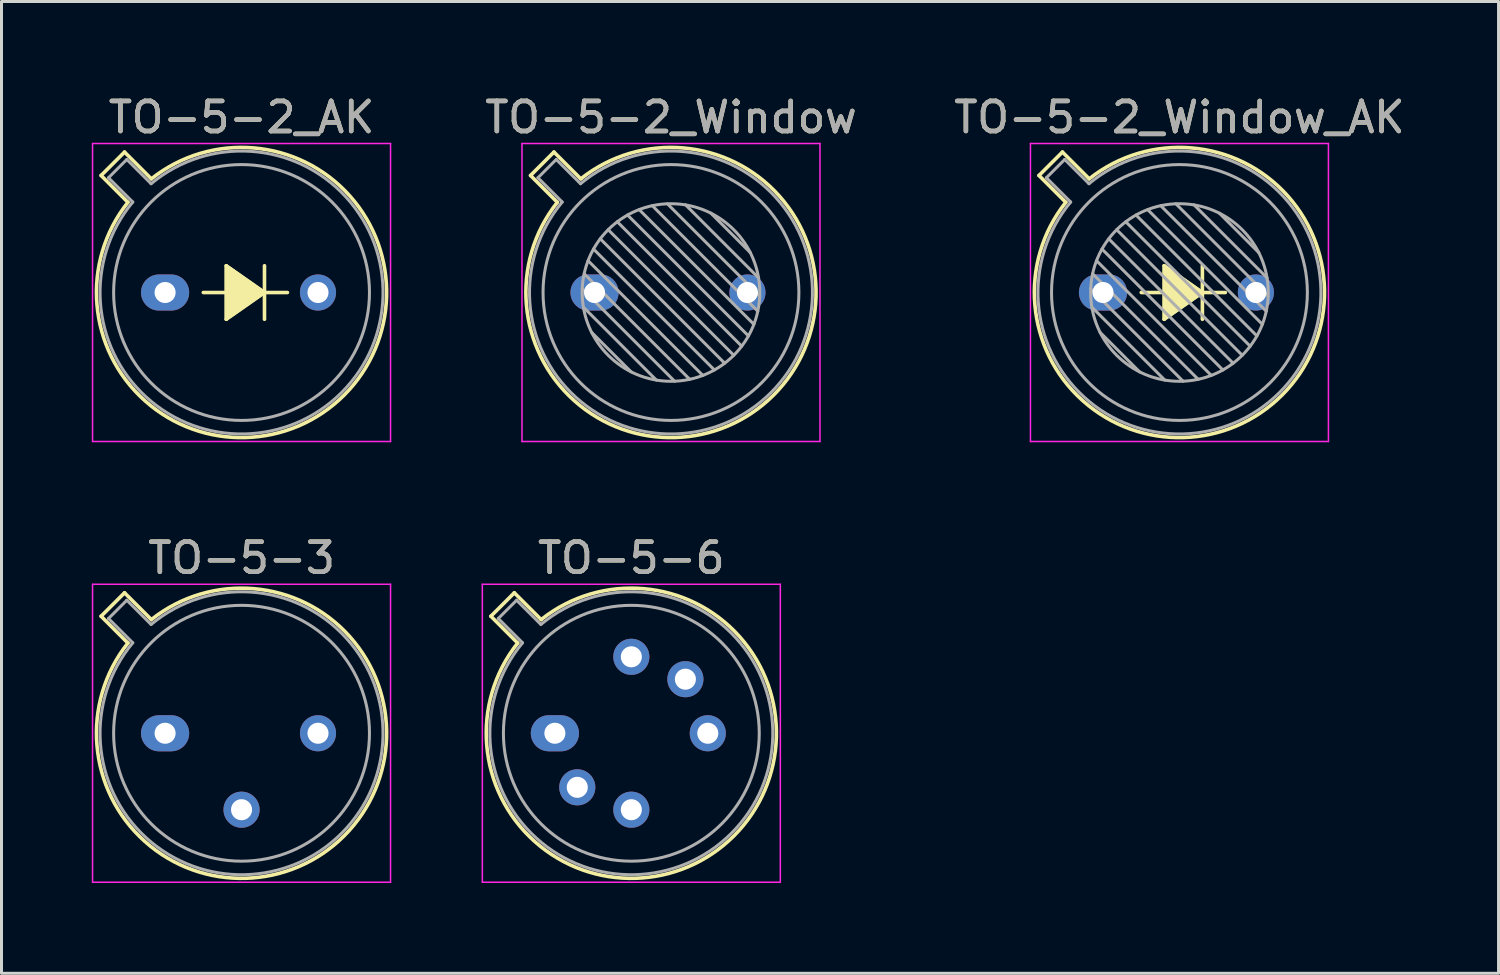
<source format=kicad_pcb>
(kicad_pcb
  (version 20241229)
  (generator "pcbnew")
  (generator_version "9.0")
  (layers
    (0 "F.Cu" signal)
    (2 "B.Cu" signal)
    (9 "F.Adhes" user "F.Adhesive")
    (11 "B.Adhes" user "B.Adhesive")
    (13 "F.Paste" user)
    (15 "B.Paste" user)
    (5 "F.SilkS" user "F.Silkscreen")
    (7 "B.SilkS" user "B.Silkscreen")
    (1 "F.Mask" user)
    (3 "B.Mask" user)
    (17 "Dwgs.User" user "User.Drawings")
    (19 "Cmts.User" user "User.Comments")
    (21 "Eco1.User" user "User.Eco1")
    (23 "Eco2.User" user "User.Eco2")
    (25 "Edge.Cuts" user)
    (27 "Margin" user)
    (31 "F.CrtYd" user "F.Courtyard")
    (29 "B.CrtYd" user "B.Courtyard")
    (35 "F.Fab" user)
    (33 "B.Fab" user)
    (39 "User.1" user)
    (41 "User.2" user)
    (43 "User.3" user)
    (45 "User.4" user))
  (footprint "TO-5-2_AK"
    (layer "F.Cu")
    (at 2.435 6.668)
    (property "Reference" "TO-5-2_AK" (at 2.54 -5.82 0) (layer "F.SilkS") (effects (font (size 1 1) (thickness 0.15))))
    (attr through_hole)
    (fp_line (start -2.126 -3.888) (end -1.235 -2.997) (stroke (width 0.12) (type solid)) (layer "F.SilkS"))
    (fp_line (start -1.348 -4.666) (end -2.126 -3.888) (stroke (width 0.12) (type solid)) (layer "F.SilkS"))
    (fp_line (start -0.457 -3.775) (end -1.348 -4.666) (stroke (width 0.12) (type solid)) (layer "F.SilkS"))
    (fp_line (start 1.27 0) (end 2.032 0) (stroke (width 0.12) (type solid)) (layer "F.SilkS"))
    (fp_line (start 2.032 -0.889) (end 3.302 0) (stroke (width 0.12) (type solid)) (layer "F.SilkS"))
    (fp_line (start 2.032 0.889) (end 2.032 -0.889) (stroke (width 0.12) (type solid)) (layer "F.SilkS"))
    (fp_line (start 3.302 -0.889) (end 3.302 0.889) (stroke (width 0.12) (type solid)) (layer "F.SilkS"))
    (fp_line (start 3.302 0) (end 2.032 0.889) (stroke (width 0.12) (type solid)) (layer "F.SilkS"))
    (fp_line (start 3.302 0) (end 4.064 0) (stroke (width 0.12) (type solid)) (layer "F.SilkS"))
    (fp_arc (start -0.457084 -3.774902) (mid 5.948125 3.408384) (end -1.234674 -2.997371) (stroke (width 0.12) (type solid)) (layer "F.SilkS"))
    (fp_poly (pts (xy 3.302 0) (xy 2.032 0.889) (xy 2.032 -0.889)) (stroke (width 0.1) (type solid)) (fill yes) (layer "F.SilkS"))
    (fp_line (start -2.41 -4.95) (end -2.41 4.95) (stroke (width 0.05) (type solid)) (layer "F.CrtYd"))
    (fp_line (start -2.41 4.95) (end 7.49 4.95) (stroke (width 0.05) (type solid)) (layer "F.CrtYd"))
    (fp_line (start 7.49 -4.95) (end -2.41 -4.95) (stroke (width 0.05) (type solid)) (layer "F.CrtYd"))
    (fp_line (start 7.49 4.95) (end 7.49 -4.95) (stroke (width 0.05) (type solid)) (layer "F.CrtYd"))
    (fp_line (start -1.88 -3.812) (end -1.074 -3.005) (stroke (width 0.1) (type solid)) (layer "F.Fab"))
    (fp_line (start -1.272 -4.42) (end -1.88 -3.812) (stroke (width 0.1) (type solid)) (layer "F.Fab"))
    (fp_line (start -0.465 -3.614) (end -1.272 -4.42) (stroke (width 0.1) (type solid)) (layer "F.Fab"))
    (fp_arc (start -0.465408 -3.61352) (mid 5.863443 3.323361) (end -1.073594 -3.005319) (stroke (width 0.1) (type solid)) (layer "F.Fab"))
    (fp_circle (center 2.54 0) (end 6.79 0) (stroke (width 0.1) (type solid)) (fill no) (layer "F.Fab"))
    (fp_text user "${REFERENCE}" (at 2.54 -5.82 0) (layer "F.Fab") (effects (font (size 1 1) (thickness 0.15))))
    (pad "1" thru_hole oval (at 0 0) (size 1.6 1.2) (drill 0.7) (layers "*.Cu" "*.Mask"))
    (pad "2" thru_hole oval (at 5.08 0) (size 1.2 1.2) (drill 0.7) (layers "*.Cu" "*.Mask")))
  (footprint "TO-5-6"
    (layer "F.Cu")
    (at 15.385 21.311)
    (property "Reference" "TO-5-6" (at 2.54 -5.82 0) (layer "F.SilkS") (effects (font (size 1 1) (thickness 0.15))))
    (attr through_hole)
    (fp_line (start -2.126 -3.888) (end -1.235 -2.997) (stroke (width 0.12) (type solid)) (layer "F.SilkS"))
    (fp_line (start -1.348 -4.666) (end -2.126 -3.888) (stroke (width 0.12) (type solid)) (layer "F.SilkS"))
    (fp_line (start -0.457 -3.775) (end -1.348 -4.666) (stroke (width 0.12) (type solid)) (layer "F.SilkS"))
    (fp_arc (start -0.457084 -3.774902) (mid 5.948125 3.408384) (end -1.234674 -2.997371) (stroke (width 0.12) (type solid)) (layer "F.SilkS"))
    (fp_line (start -2.41 -4.95) (end -2.41 4.95) (stroke (width 0.05) (type solid)) (layer "F.CrtYd"))
    (fp_line (start -2.41 4.95) (end 7.49 4.95) (stroke (width 0.05) (type solid)) (layer "F.CrtYd"))
    (fp_line (start 7.49 -4.95) (end -2.41 -4.95) (stroke (width 0.05) (type solid)) (layer "F.CrtYd"))
    (fp_line (start 7.49 4.95) (end 7.49 -4.95) (stroke (width 0.05) (type solid)) (layer "F.CrtYd"))
    (fp_line (start -1.88 -3.812) (end -1.074 -3.005) (stroke (width 0.1) (type solid)) (layer "F.Fab"))
    (fp_line (start -1.272 -4.42) (end -1.88 -3.812) (stroke (width 0.1) (type solid)) (layer "F.Fab"))
    (fp_line (start -0.465 -3.614) (end -1.272 -4.42) (stroke (width 0.1) (type solid)) (layer "F.Fab"))
    (fp_arc (start -0.465408 -3.61352) (mid 5.863443 3.323361) (end -1.073594 -3.005319) (stroke (width 0.1) (type solid)) (layer "F.Fab"))
    (fp_circle (center 2.54 0) (end 6.79 0) (stroke (width 0.1) (type solid)) (fill no) (layer "F.Fab"))
    (fp_text user "${REFERENCE}" (at 2.54 -5.82 0) (layer "F.Fab") (effects (font (size 1 1) (thickness 0.15))))
    (pad "1" thru_hole oval (at 0 0) (size 1.6 1.2) (drill 0.7) (layers "*.Cu" "*.Mask"))
    (pad "2" thru_hole oval (at 0.744 1.796) (size 1.2 1.2) (drill 0.7) (layers "*.Cu" "*.Mask"))
    (pad "3" thru_hole oval (at 2.54 2.54) (size 1.2 1.2) (drill 0.7) (layers "*.Cu" "*.Mask"))
    (pad "4" thru_hole oval (at 5.08 0) (size 1.2 1.2) (drill 0.7) (layers "*.Cu" "*.Mask"))
    (pad "5" thru_hole oval (at 4.336 -1.796) (size 1.2 1.2) (drill 0.7) (layers "*.Cu" "*.Mask"))
    (pad "6" thru_hole oval (at 2.54 -2.54) (size 1.2 1.2) (drill 0.7) (layers "*.Cu" "*.Mask")))
  (footprint "TO-5-3"
    (layer "F.Cu")
    (at 2.435 21.311)
    (property "Reference" "TO-5-3" (at 2.54 -5.82 0) (layer "F.SilkS") (effects (font (size 1 1) (thickness 0.15))))
    (attr through_hole)
    (fp_line (start -2.126 -3.888) (end -1.235 -2.997) (stroke (width 0.12) (type solid)) (layer "F.SilkS"))
    (fp_line (start -1.348 -4.666) (end -2.126 -3.888) (stroke (width 0.12) (type solid)) (layer "F.SilkS"))
    (fp_line (start -0.457 -3.775) (end -1.348 -4.666) (stroke (width 0.12) (type solid)) (layer "F.SilkS"))
    (fp_arc (start -0.457084 -3.774902) (mid 5.948125 3.408384) (end -1.234674 -2.997371) (stroke (width 0.12) (type solid)) (layer "F.SilkS"))
    (fp_line (start -2.41 -4.95) (end -2.41 4.95) (stroke (width 0.05) (type solid)) (layer "F.CrtYd"))
    (fp_line (start -2.41 4.95) (end 7.49 4.95) (stroke (width 0.05) (type solid)) (layer "F.CrtYd"))
    (fp_line (start 7.49 -4.95) (end -2.41 -4.95) (stroke (width 0.05) (type solid)) (layer "F.CrtYd"))
    (fp_line (start 7.49 4.95) (end 7.49 -4.95) (stroke (width 0.05) (type solid)) (layer "F.CrtYd"))
    (fp_line (start -1.88 -3.812) (end -1.074 -3.005) (stroke (width 0.1) (type solid)) (layer "F.Fab"))
    (fp_line (start -1.272 -4.42) (end -1.88 -3.812) (stroke (width 0.1) (type solid)) (layer "F.Fab"))
    (fp_line (start -0.465 -3.614) (end -1.272 -4.42) (stroke (width 0.1) (type solid)) (layer "F.Fab"))
    (fp_arc (start -0.465408 -3.61352) (mid 5.863443 3.323361) (end -1.073594 -3.005319) (stroke (width 0.1) (type solid)) (layer "F.Fab"))
    (fp_circle (center 2.54 0) (end 6.79 0) (stroke (width 0.1) (type solid)) (fill no) (layer "F.Fab"))
    (fp_text user "${REFERENCE}" (at 2.54 -5.82 0) (layer "F.Fab") (effects (font (size 1 1) (thickness 0.15))))
    (pad "1" thru_hole oval (at 0 0) (size 1.6 1.2) (drill 0.7) (layers "*.Cu" "*.Mask"))
    (pad "2" thru_hole oval (at 2.54 2.54) (size 1.2 1.2) (drill 0.7) (layers "*.Cu" "*.Mask"))
    (pad "3" thru_hole oval (at 5.08 0) (size 1.2 1.2) (drill 0.7) (layers "*.Cu" "*.Mask")))
  (footprint "TO-5-2_Window_AK"
    (layer "F.Cu")
    (at 33.595 6.668)
    (property "Reference" "TO-5-2_Window_AK" (at 2.54 -5.82 0) (layer "F.SilkS") (effects (font (size 1 1) (thickness 0.15))))
    (attr through_hole)
    (fp_line (start -2.126 -3.888) (end -1.235 -2.997) (stroke (width 0.12) (type solid)) (layer "F.SilkS"))
    (fp_line (start -1.348 -4.666) (end -2.126 -3.888) (stroke (width 0.12) (type solid)) (layer "F.SilkS"))
    (fp_line (start -0.457 -3.775) (end -1.348 -4.666) (stroke (width 0.12) (type solid)) (layer "F.SilkS"))
    (fp_line (start 1.27 0) (end 2.032 0) (stroke (width 0.12) (type solid)) (layer "F.SilkS"))
    (fp_line (start 2.032 -0.889) (end 3.302 0) (stroke (width 0.12) (type solid)) (layer "F.SilkS"))
    (fp_line (start 2.032 0.889) (end 2.032 -0.889) (stroke (width 0.12) (type solid)) (layer "F.SilkS"))
    (fp_line (start 3.302 -0.889) (end 3.302 0.889) (stroke (width 0.12) (type solid)) (layer "F.SilkS"))
    (fp_line (start 3.302 0) (end 2.032 0.889) (stroke (width 0.12) (type solid)) (layer "F.SilkS"))
    (fp_line (start 3.302 0) (end 4.064 0) (stroke (width 0.12) (type solid)) (layer "F.SilkS"))
    (fp_arc (start -0.457084 -3.774902) (mid 5.948125 3.408384) (end -1.234674 -2.997371) (stroke (width 0.12) (type solid)) (layer "F.SilkS"))
    (fp_poly (pts (xy 3.302 0) (xy 2.032 0.889) (xy 2.032 -0.889)) (stroke (width 0.1) (type solid)) (fill yes) (layer "F.SilkS"))
    (fp_line (start -2.41 -4.95) (end -2.41 4.95) (stroke (width 0.05) (type solid)) (layer "F.CrtYd"))
    (fp_line (start -2.41 4.95) (end 7.49 4.95) (stroke (width 0.05) (type solid)) (layer "F.CrtYd"))
    (fp_line (start 7.49 -4.95) (end -2.41 -4.95) (stroke (width 0.05) (type solid)) (layer "F.CrtYd"))
    (fp_line (start 7.49 4.95) (end 7.49 -4.95) (stroke (width 0.05) (type solid)) (layer "F.CrtYd"))
    (fp_line (start -1.88 -3.812) (end -1.074 -3.005) (stroke (width 0.1) (type solid)) (layer "F.Fab"))
    (fp_line (start -1.272 -4.42) (end -1.88 -3.812) (stroke (width 0.1) (type solid)) (layer "F.Fab"))
    (fp_line (start -0.465 -3.614) (end -1.272 -4.42) (stroke (width 0.1) (type solid)) (layer "F.Fab"))
    (fp_line (start -0.408 -0.12) (end 2.66 2.948) (stroke (width 0.1) (type solid)) (layer "F.Fab"))
    (fp_line (start -0.371 0.485) (end 2.055 2.911) (stroke (width 0.1) (type solid)) (layer "F.Fab"))
    (fp_line (start -0.344 -0.622) (end 3.162 2.884) (stroke (width 0.1) (type solid)) (layer "F.Fab"))
    (fp_line (start -0.215 -1.058) (end 3.598 2.755) (stroke (width 0.1) (type solid)) (layer "F.Fab"))
    (fp_line (start -0.097 1.324) (end 1.216 2.637) (stroke (width 0.1) (type solid)) (layer "F.Fab"))
    (fp_line (start -0.034 -1.443) (end 3.983 2.574) (stroke (width 0.1) (type solid)) (layer "F.Fab"))
    (fp_line (start 0.19 -1.784) (end 4.324 2.35) (stroke (width 0.1) (type solid)) (layer "F.Fab"))
    (fp_line (start 0.454 -2.086) (end 4.626 2.086) (stroke (width 0.1) (type solid)) (layer "F.Fab"))
    (fp_line (start 0.756 -2.35) (end 4.89 1.784) (stroke (width 0.1) (type solid)) (layer "F.Fab"))
    (fp_line (start 1.097 -2.574) (end 5.114 1.443) (stroke (width 0.1) (type solid)) (layer "F.Fab"))
    (fp_line (start 1.482 -2.755) (end 5.295 1.058) (stroke (width 0.1) (type solid)) (layer "F.Fab"))
    (fp_line (start 1.918 -2.884) (end 5.424 0.622) (stroke (width 0.1) (type solid)) (layer "F.Fab"))
    (fp_line (start 2.42 -2.948) (end 5.488 0.12) (stroke (width 0.1) (type solid)) (layer "F.Fab"))
    (fp_line (start 3.025 -2.911) (end 5.451 -0.485) (stroke (width 0.1) (type solid)) (layer "F.Fab"))
    (fp_line (start 3.864 -2.637) (end 5.177 -1.324) (stroke (width 0.1) (type solid)) (layer "F.Fab"))
    (fp_arc (start -0.465408 -3.61352) (mid 5.863443 3.323361) (end -1.073594 -3.005319) (stroke (width 0.1) (type solid)) (layer "F.Fab"))
    (fp_circle (center 2.54 0) (end 5.49 0) (stroke (width 0.1) (type solid)) (fill no) (layer "F.Fab"))
    (fp_circle (center 2.54 0) (end 6.79 0) (stroke (width 0.1) (type solid)) (fill no) (layer "F.Fab"))
    (fp_text user "${REFERENCE}" (at 2.54 -5.82 0) (layer "F.Fab") (effects (font (size 1 1) (thickness 0.15))))
    (pad "1" thru_hole oval (at 0 0) (size 1.6 1.2) (drill 0.7) (layers "*.Cu" "*.Mask"))
    (pad "2" thru_hole oval (at 5.08 0) (size 1.2 1.2) (drill 0.7) (layers "*.Cu" "*.Mask")))
  (footprint "TO-5-2_Window"
    (layer "F.Cu")
    (at 16.702 6.668)
    (property "Reference" "TO-5-2_Window" (at 2.54 -5.82 0) (layer "F.SilkS") (effects (font (size 1 1) (thickness 0.15))))
    (attr through_hole)
    (fp_line (start -2.126 -3.888) (end -1.235 -2.997) (stroke (width 0.12) (type solid)) (layer "F.SilkS"))
    (fp_line (start -1.348 -4.666) (end -2.126 -3.888) (stroke (width 0.12) (type solid)) (layer "F.SilkS"))
    (fp_line (start -0.457 -3.775) (end -1.348 -4.666) (stroke (width 0.12) (type solid)) (layer "F.SilkS"))
    (fp_arc (start -0.457084 -3.774902) (mid 5.948125 3.408384) (end -1.234674 -2.997371) (stroke (width 0.12) (type solid)) (layer "F.SilkS"))
    (fp_line (start -2.41 -4.95) (end -2.41 4.95) (stroke (width 0.05) (type solid)) (layer "F.CrtYd"))
    (fp_line (start -2.41 4.95) (end 7.49 4.95) (stroke (width 0.05) (type solid)) (layer "F.CrtYd"))
    (fp_line (start 7.49 -4.95) (end -2.41 -4.95) (stroke (width 0.05) (type solid)) (layer "F.CrtYd"))
    (fp_line (start 7.49 4.95) (end 7.49 -4.95) (stroke (width 0.05) (type solid)) (layer "F.CrtYd"))
    (fp_line (start -1.88 -3.812) (end -1.074 -3.005) (stroke (width 0.1) (type solid)) (layer "F.Fab"))
    (fp_line (start -1.272 -4.42) (end -1.88 -3.812) (stroke (width 0.1) (type solid)) (layer "F.Fab"))
    (fp_line (start -0.465 -3.614) (end -1.272 -4.42) (stroke (width 0.1) (type solid)) (layer "F.Fab"))
    (fp_line (start -0.408 -0.12) (end 2.66 2.948) (stroke (width 0.1) (type solid)) (layer "F.Fab"))
    (fp_line (start -0.371 0.485) (end 2.055 2.911) (stroke (width 0.1) (type solid)) (layer "F.Fab"))
    (fp_line (start -0.344 -0.622) (end 3.162 2.884) (stroke (width 0.1) (type solid)) (layer "F.Fab"))
    (fp_line (start -0.215 -1.058) (end 3.598 2.755) (stroke (width 0.1) (type solid)) (layer "F.Fab"))
    (fp_line (start -0.097 1.324) (end 1.216 2.637) (stroke (width 0.1) (type solid)) (layer "F.Fab"))
    (fp_line (start -0.034 -1.443) (end 3.983 2.574) (stroke (width 0.1) (type solid)) (layer "F.Fab"))
    (fp_line (start 0.19 -1.784) (end 4.324 2.35) (stroke (width 0.1) (type solid)) (layer "F.Fab"))
    (fp_line (start 0.454 -2.086) (end 4.626 2.086) (stroke (width 0.1) (type solid)) (layer "F.Fab"))
    (fp_line (start 0.756 -2.35) (end 4.89 1.784) (stroke (width 0.1) (type solid)) (layer "F.Fab"))
    (fp_line (start 1.097 -2.574) (end 5.114 1.443) (stroke (width 0.1) (type solid)) (layer "F.Fab"))
    (fp_line (start 1.482 -2.755) (end 5.295 1.058) (stroke (width 0.1) (type solid)) (layer "F.Fab"))
    (fp_line (start 1.918 -2.884) (end 5.424 0.622) (stroke (width 0.1) (type solid)) (layer "F.Fab"))
    (fp_line (start 2.42 -2.948) (end 5.488 0.12) (stroke (width 0.1) (type solid)) (layer "F.Fab"))
    (fp_line (start 3.025 -2.911) (end 5.451 -0.485) (stroke (width 0.1) (type solid)) (layer "F.Fab"))
    (fp_line (start 3.864 -2.637) (end 5.177 -1.324) (stroke (width 0.1) (type solid)) (layer "F.Fab"))
    (fp_arc (start -0.465408 -3.61352) (mid 5.863443 3.323361) (end -1.073594 -3.005319) (stroke (width 0.1) (type solid)) (layer "F.Fab"))
    (fp_circle (center 2.54 0) (end 5.49 0) (stroke (width 0.1) (type solid)) (fill no) (layer "F.Fab"))
    (fp_circle (center 2.54 0) (end 6.79 0) (stroke (width 0.1) (type solid)) (fill no) (layer "F.Fab"))
    (fp_text user "${REFERENCE}" (at 2.54 -5.82 0) (layer "F.Fab") (effects (font (size 1 1) (thickness 0.15))))
    (pad "1" thru_hole oval (at 0 0) (size 1.6 1.2) (drill 0.7) (layers "*.Cu" "*.Mask"))
    (pad "2" thru_hole oval (at 5.08 0) (size 1.2 1.2) (drill 0.7) (layers "*.Cu" "*.Mask")))
  (gr_rect
    (start -3 -3)
    (end 46.736 29.287)
    (stroke (width 0.1) (type default))
    (fill no)
    (layer "Edge.Cuts")))
</source>
